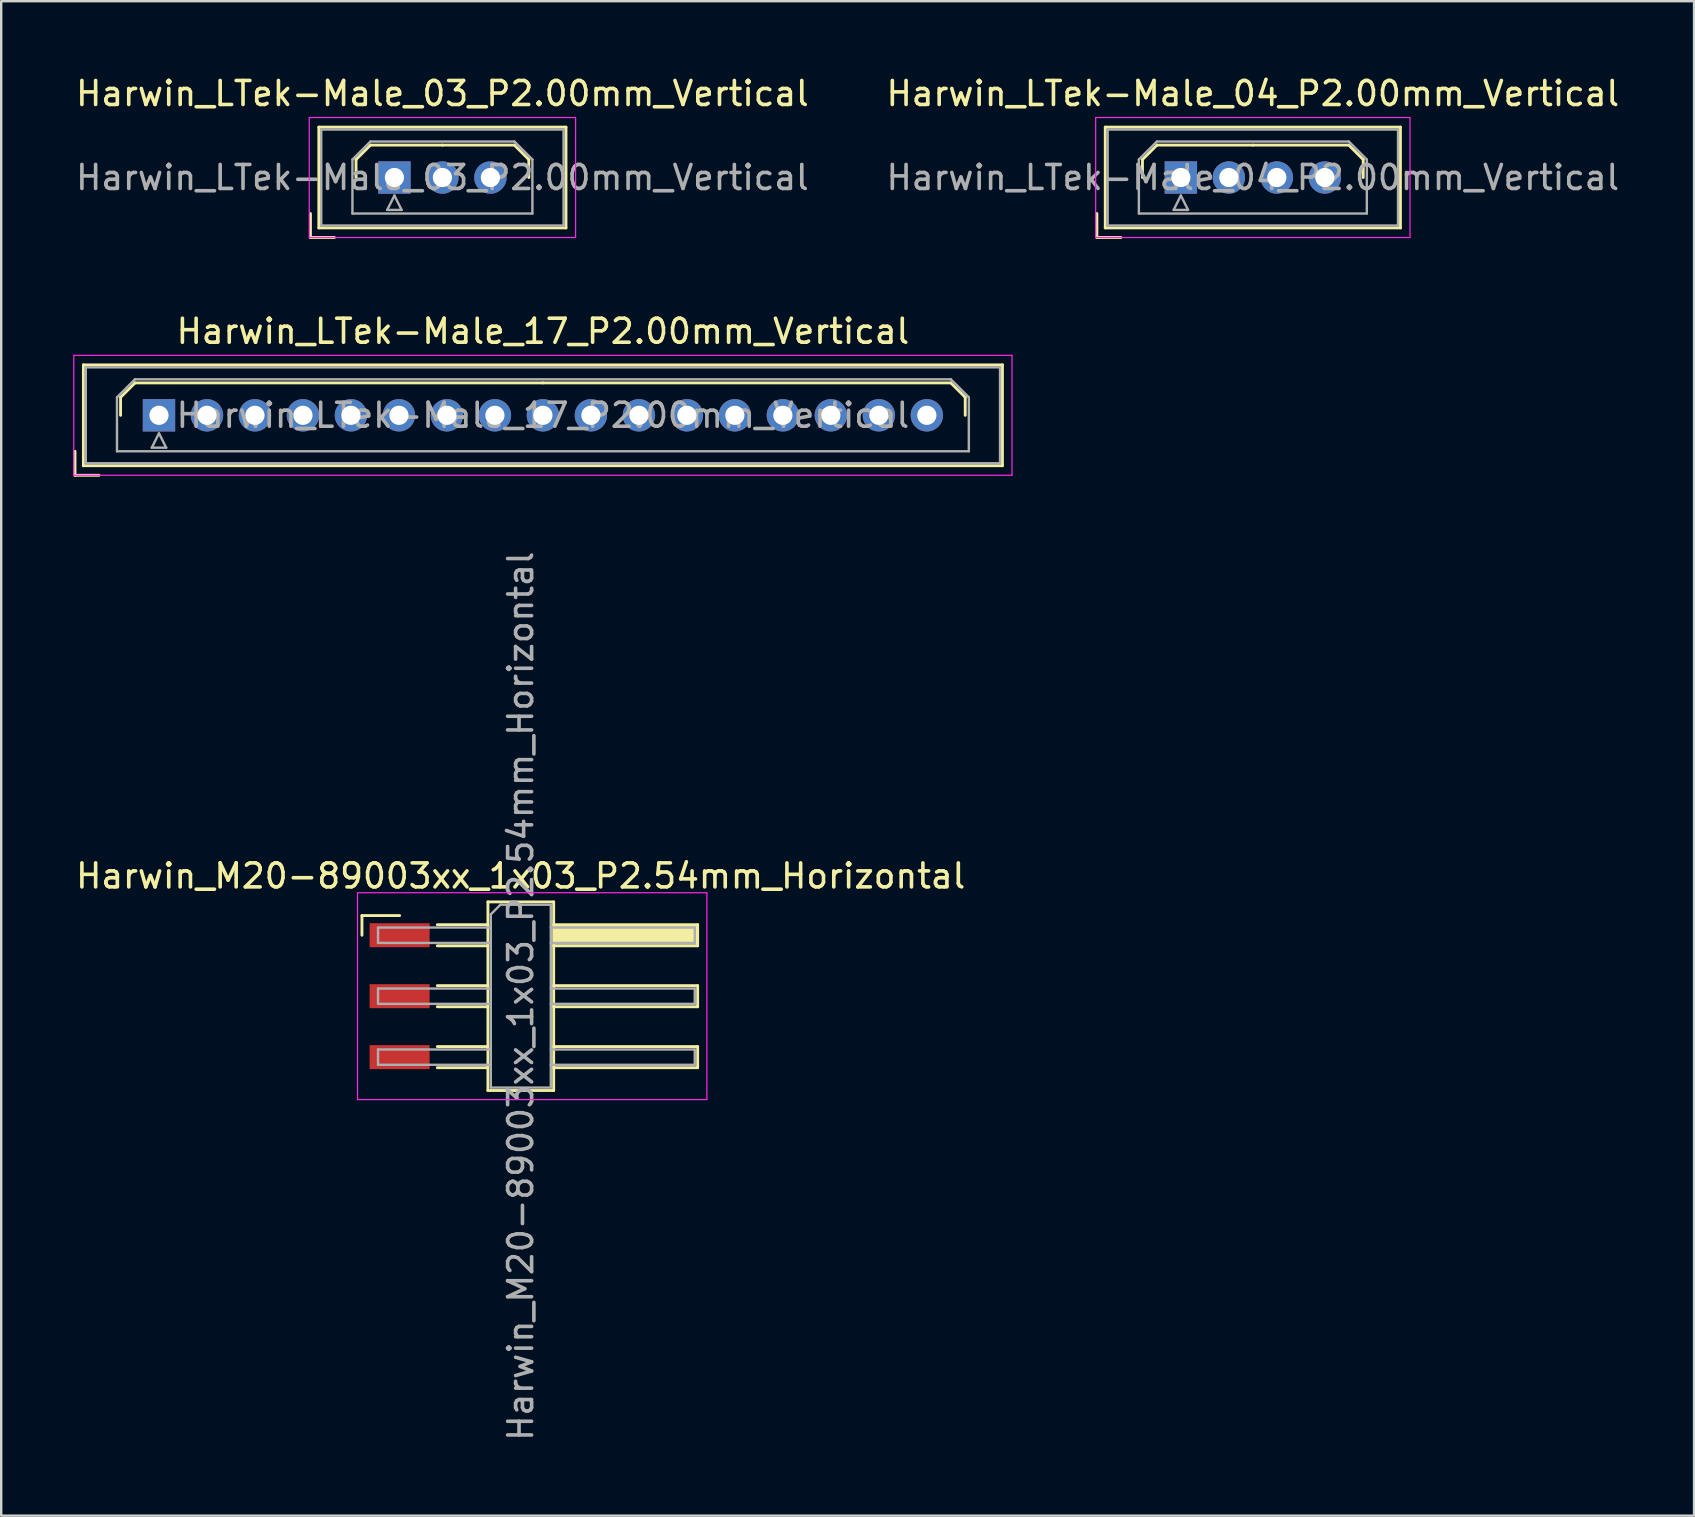
<source format=kicad_pcb>
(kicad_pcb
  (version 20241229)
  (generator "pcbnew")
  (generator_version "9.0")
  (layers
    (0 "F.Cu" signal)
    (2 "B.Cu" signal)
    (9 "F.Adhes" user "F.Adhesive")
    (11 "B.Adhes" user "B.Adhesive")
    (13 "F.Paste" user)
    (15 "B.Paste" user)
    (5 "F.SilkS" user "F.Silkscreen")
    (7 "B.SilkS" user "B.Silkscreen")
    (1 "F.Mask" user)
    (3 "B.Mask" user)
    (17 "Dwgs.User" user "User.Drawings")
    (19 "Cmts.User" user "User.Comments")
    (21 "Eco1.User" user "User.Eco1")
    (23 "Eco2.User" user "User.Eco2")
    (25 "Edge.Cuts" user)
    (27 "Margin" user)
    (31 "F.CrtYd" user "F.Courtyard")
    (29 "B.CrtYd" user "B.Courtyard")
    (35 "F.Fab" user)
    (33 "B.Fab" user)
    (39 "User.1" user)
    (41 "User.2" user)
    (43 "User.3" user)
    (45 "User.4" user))
  (footprint "Harwin_LTek-Male_17_P2.00mm_Vertical"
    (layer "F.Cu")
    (at 3.575 14.257)
    (property "Reference" "Harwin_LTek-Male_17_P2.00mm_Vertical" (at 16 -3.5 0) (layer "F.SilkS") (effects (font (size 1 1) (thickness 0.15))))
    (attr through_hole)
    (fp_line (start -3.5 1.5) (end -3.5 2.5) (stroke (width 0.12) (type solid)) (layer "F.SilkS"))
    (fp_line (start -3.5 2.5) (end -2.5 2.5) (stroke (width 0.12) (type solid)) (layer "F.SilkS"))
    (fp_line (start -3.15 -2.1) (end -3.15 2.1) (stroke (width 0.12) (type solid)) (layer "F.SilkS"))
    (fp_line (start -3.15 2.1) (end 35.15 2.1) (stroke (width 0.12) (type solid)) (layer "F.SilkS"))
    (fp_line (start -1.6 -0.75) (end -1 -1.35) (stroke (width 0.12) (type solid)) (layer "F.SilkS"))
    (fp_line (start -1.6 0) (end -1.6 -0.75) (stroke (width 0.12) (type solid)) (layer "F.SilkS"))
    (fp_line (start -1 -1.35) (end 16 -1.35) (stroke (width 0.12) (type solid)) (layer "F.SilkS"))
    (fp_line (start 33 -1.35) (end 16 -1.35) (stroke (width 0.12) (type solid)) (layer "F.SilkS"))
    (fp_line (start 33.6 -0.75) (end 33 -1.35) (stroke (width 0.12) (type solid)) (layer "F.SilkS"))
    (fp_line (start 33.6 0) (end 33.6 -0.75) (stroke (width 0.12) (type solid)) (layer "F.SilkS"))
    (fp_line (start 35.15 -2.1) (end -3.15 -2.1) (stroke (width 0.12) (type solid)) (layer "F.SilkS"))
    (fp_line (start 35.15 2.1) (end 35.15 -2.1) (stroke (width 0.12) (type solid)) (layer "F.SilkS"))
    (fp_line (start -3.55 -2.5) (end -3.55 2.5) (stroke (width 0.05) (type solid)) (layer "F.CrtYd"))
    (fp_line (start -3.55 2.5) (end 35.55 2.5) (stroke (width 0.05) (type solid)) (layer "F.CrtYd"))
    (fp_line (start 35.55 -2.5) (end -3.55 -2.5) (stroke (width 0.05) (type solid)) (layer "F.CrtYd"))
    (fp_line (start 35.55 2.5) (end 35.55 -2.5) (stroke (width 0.05) (type solid)) (layer "F.CrtYd"))
    (fp_line (start -3.05 -2) (end -3.05 2) (stroke (width 0.1) (type solid)) (layer "F.Fab"))
    (fp_line (start -3.05 2) (end 35.05 2) (stroke (width 0.1) (type solid)) (layer "F.Fab"))
    (fp_line (start -1.75 -0.75) (end -1 -1.5) (stroke (width 0.1) (type solid)) (layer "F.Fab"))
    (fp_line (start -1.75 1.5) (end -1.75 -0.75) (stroke (width 0.1) (type solid)) (layer "F.Fab"))
    (fp_line (start -1 -1.5) (end 33 -1.5) (stroke (width 0.1) (type solid)) (layer "F.Fab"))
    (fp_line (start -0.3 1.35) (end 0.3 1.35) (stroke (width 0.1) (type solid)) (layer "F.Fab"))
    (fp_line (start 0 0.75) (end -0.3 1.35) (stroke (width 0.1) (type solid)) (layer "F.Fab"))
    (fp_line (start 0.3 1.35) (end 0 0.75) (stroke (width 0.1) (type solid)) (layer "F.Fab"))
    (fp_line (start 33 -1.5) (end 33.75 -0.75) (stroke (width 0.1) (type solid)) (layer "F.Fab"))
    (fp_line (start 33.75 -0.75) (end 33.75 1.5) (stroke (width 0.1) (type solid)) (layer "F.Fab"))
    (fp_line (start 33.75 1.5) (end -1.75 1.5) (stroke (width 0.1) (type solid)) (layer "F.Fab"))
    (fp_line (start 35.05 -2) (end -3.05 -2) (stroke (width 0.1) (type solid)) (layer "F.Fab"))
    (fp_line (start 35.05 2) (end 35.05 -2) (stroke (width 0.1) (type solid)) (layer "F.Fab"))
    (fp_text user "${REFERENCE}" (at 16 0 0) (layer "F.Fab") (effects (font (size 1 1) (thickness 0.15))))
    (pad "1" thru_hole rect (at 0 0) (size 1.35 1.35) (drill 0.8) (layers "*.Cu" "*.Mask"))
    (pad "2" thru_hole circle (at 2 0) (size 1.35 1.35) (drill 0.8) (layers "*.Cu" "*.Mask"))
    (pad "3" thru_hole circle (at 4 0) (size 1.35 1.35) (drill 0.8) (layers "*.Cu" "*.Mask"))
    (pad "4" thru_hole circle (at 6 0) (size 1.35 1.35) (drill 0.8) (layers "*.Cu" "*.Mask"))
    (pad "5" thru_hole circle (at 8 0) (size 1.35 1.35) (drill 0.8) (layers "*.Cu" "*.Mask"))
    (pad "6" thru_hole circle (at 10 0) (size 1.35 1.35) (drill 0.8) (layers "*.Cu" "*.Mask"))
    (pad "7" thru_hole circle (at 12 0) (size 1.35 1.35) (drill 0.8) (layers "*.Cu" "*.Mask"))
    (pad "8" thru_hole circle (at 14 0) (size 1.35 1.35) (drill 0.8) (layers "*.Cu" "*.Mask"))
    (pad "9" thru_hole circle (at 16 0) (size 1.35 1.35) (drill 0.8) (layers "*.Cu" "*.Mask"))
    (pad "10" thru_hole circle (at 18 0) (size 1.35 1.35) (drill 0.8) (layers "*.Cu" "*.Mask"))
    (pad "11" thru_hole circle (at 20 0) (size 1.35 1.35) (drill 0.8) (layers "*.Cu" "*.Mask"))
    (pad "12" thru_hole circle (at 22 0) (size 1.35 1.35) (drill 0.8) (layers "*.Cu" "*.Mask"))
    (pad "13" thru_hole circle (at 24 0) (size 1.35 1.35) (drill 0.8) (layers "*.Cu" "*.Mask"))
    (pad "14" thru_hole circle (at 26 0) (size 1.35 1.35) (drill 0.8) (layers "*.Cu" "*.Mask"))
    (pad "15" thru_hole circle (at 28 0) (size 1.35 1.35) (drill 0.8) (layers "*.Cu" "*.Mask"))
    (pad "16" thru_hole circle (at 30 0) (size 1.35 1.35) (drill 0.8) (layers "*.Cu" "*.Mask"))
    (pad "17" thru_hole circle (at 32 0) (size 1.35 1.35) (drill 0.8) (layers "*.Cu" "*.Mask")))
  (footprint "Harwin_LTek-Male_03_P2.00mm_Vertical"
    (layer "F.Cu")
    (at 13.387 4.348)
    (property "Reference" "Harwin_LTek-Male_03_P2.00mm_Vertical" (at 2 -3.5 0) (layer "F.SilkS") (effects (font (size 1 1) (thickness 0.15))))
    (attr through_hole)
    (fp_line (start -3.5 1.5) (end -3.5 2.5) (stroke (width 0.12) (type solid)) (layer "F.SilkS"))
    (fp_line (start -3.5 2.5) (end -2.5 2.5) (stroke (width 0.12) (type solid)) (layer "F.SilkS"))
    (fp_line (start -3.15 -2.1) (end -3.15 2.1) (stroke (width 0.12) (type solid)) (layer "F.SilkS"))
    (fp_line (start -3.15 2.1) (end 7.15 2.1) (stroke (width 0.12) (type solid)) (layer "F.SilkS"))
    (fp_line (start -1.6 -0.75) (end -1 -1.35) (stroke (width 0.12) (type solid)) (layer "F.SilkS"))
    (fp_line (start -1.6 0) (end -1.6 -0.75) (stroke (width 0.12) (type solid)) (layer "F.SilkS"))
    (fp_line (start -1 -1.35) (end 2 -1.35) (stroke (width 0.12) (type solid)) (layer "F.SilkS"))
    (fp_line (start 5 -1.35) (end 2 -1.35) (stroke (width 0.12) (type solid)) (layer "F.SilkS"))
    (fp_line (start 5.6 -0.75) (end 5 -1.35) (stroke (width 0.12) (type solid)) (layer "F.SilkS"))
    (fp_line (start 5.6 0) (end 5.6 -0.75) (stroke (width 0.12) (type solid)) (layer "F.SilkS"))
    (fp_line (start 7.15 -2.1) (end -3.15 -2.1) (stroke (width 0.12) (type solid)) (layer "F.SilkS"))
    (fp_line (start 7.15 2.1) (end 7.15 -2.1) (stroke (width 0.12) (type solid)) (layer "F.SilkS"))
    (fp_line (start -3.55 -2.5) (end -3.55 2.5) (stroke (width 0.05) (type solid)) (layer "F.CrtYd"))
    (fp_line (start -3.55 2.5) (end 7.55 2.5) (stroke (width 0.05) (type solid)) (layer "F.CrtYd"))
    (fp_line (start 7.55 -2.5) (end -3.55 -2.5) (stroke (width 0.05) (type solid)) (layer "F.CrtYd"))
    (fp_line (start 7.55 2.5) (end 7.55 -2.5) (stroke (width 0.05) (type solid)) (layer "F.CrtYd"))
    (fp_line (start -3.05 -2) (end -3.05 2) (stroke (width 0.1) (type solid)) (layer "F.Fab"))
    (fp_line (start -3.05 2) (end 7.05 2) (stroke (width 0.1) (type solid)) (layer "F.Fab"))
    (fp_line (start -1.75 -0.75) (end -1 -1.5) (stroke (width 0.1) (type solid)) (layer "F.Fab"))
    (fp_line (start -1.75 1.5) (end -1.75 -0.75) (stroke (width 0.1) (type solid)) (layer "F.Fab"))
    (fp_line (start -1 -1.5) (end 5 -1.5) (stroke (width 0.1) (type solid)) (layer "F.Fab"))
    (fp_line (start -0.3 1.35) (end 0.3 1.35) (stroke (width 0.1) (type solid)) (layer "F.Fab"))
    (fp_line (start 0 0.75) (end -0.3 1.35) (stroke (width 0.1) (type solid)) (layer "F.Fab"))
    (fp_line (start 0.3 1.35) (end 0 0.75) (stroke (width 0.1) (type solid)) (layer "F.Fab"))
    (fp_line (start 5 -1.5) (end 5.75 -0.75) (stroke (width 0.1) (type solid)) (layer "F.Fab"))
    (fp_line (start 5.75 -0.75) (end 5.75 1.5) (stroke (width 0.1) (type solid)) (layer "F.Fab"))
    (fp_line (start 5.75 1.5) (end -1.75 1.5) (stroke (width 0.1) (type solid)) (layer "F.Fab"))
    (fp_line (start 7.05 -2) (end -3.05 -2) (stroke (width 0.1) (type solid)) (layer "F.Fab"))
    (fp_line (start 7.05 2) (end 7.05 -2) (stroke (width 0.1) (type solid)) (layer "F.Fab"))
    (fp_text user "${REFERENCE}" (at 2 0 0) (layer "F.Fab") (effects (font (size 1 1) (thickness 0.15))))
    (pad "1" thru_hole rect (at 0 0) (size 1.35 1.35) (drill 0.8) (layers "*.Cu" "*.Mask"))
    (pad "2" thru_hole circle (at 2 0) (size 1.35 1.35) (drill 0.8) (layers "*.Cu" "*.Mask"))
    (pad "3" thru_hole circle (at 4 0) (size 1.35 1.35) (drill 0.8) (layers "*.Cu" "*.Mask")))
  (footprint "Harwin_M20-89003xx_1x03_P2.54mm_Horizontal"
    (layer "F.Cu")
    (at 19.129 38.465)
    (property "Reference" "Harwin_M20-89003xx_1x03_P2.54mm_Horizontal" (at -0.48 -5.01 0) (layer "F.SilkS") (effects (font (size 1 1) (thickness 0.15))))
    (attr smd)
    (fp_line (start -7.095 -3.36) (end -5.525 -3.36) (stroke (width 0.12) (type solid)) (layer "F.SilkS"))
    (fp_line (start -7.095 -2.54) (end -7.095 -3.36) (stroke (width 0.12) (type solid)) (layer "F.SilkS"))
    (fp_line (start -3.955 -2.98) (end -1.845 -2.98) (stroke (width 0.12) (type solid)) (layer "F.SilkS"))
    (fp_line (start -3.955 -2.1) (end -1.845 -2.1) (stroke (width 0.12) (type solid)) (layer "F.SilkS"))
    (fp_line (start -3.955 -0.44) (end -1.845 -0.44) (stroke (width 0.12) (type solid)) (layer "F.SilkS"))
    (fp_line (start -3.955 0.44) (end -1.845 0.44) (stroke (width 0.12) (type solid)) (layer "F.SilkS"))
    (fp_line (start -3.955 2.1) (end -1.845 2.1) (stroke (width 0.12) (type solid)) (layer "F.SilkS"))
    (fp_line (start -3.955 2.98) (end -1.845 2.98) (stroke (width 0.12) (type solid)) (layer "F.SilkS"))
    (fp_line (start -1.845 -3.93) (end 0.895 -3.93) (stroke (width 0.12) (type solid)) (layer "F.SilkS"))
    (fp_line (start -1.845 3.93) (end -1.845 -3.93) (stroke (width 0.12) (type solid)) (layer "F.SilkS"))
    (fp_line (start 0.895 -3.93) (end 0.895 3.93) (stroke (width 0.12) (type solid)) (layer "F.SilkS"))
    (fp_line (start 0.895 -2.98) (end 6.895 -2.98) (stroke (width 0.12) (type solid)) (layer "F.SilkS"))
    (fp_line (start 0.895 -0.44) (end 6.895 -0.44) (stroke (width 0.12) (type solid)) (layer "F.SilkS"))
    (fp_line (start 0.895 2.1) (end 6.895 2.1) (stroke (width 0.12) (type solid)) (layer "F.SilkS"))
    (fp_line (start 0.895 3.93) (end -1.845 3.93) (stroke (width 0.12) (type solid)) (layer "F.SilkS"))
    (fp_line (start 6.895 -2.98) (end 6.895 -2.1) (stroke (width 0.12) (type solid)) (layer "F.SilkS"))
    (fp_line (start 6.895 -2.1) (end 0.895 -2.1) (stroke (width 0.12) (type solid)) (layer "F.SilkS"))
    (fp_line (start 6.895 -0.44) (end 6.895 0.44) (stroke (width 0.12) (type solid)) (layer "F.SilkS"))
    (fp_line (start 6.895 0.44) (end 0.895 0.44) (stroke (width 0.12) (type solid)) (layer "F.SilkS"))
    (fp_line (start 6.895 2.1) (end 6.895 2.98) (stroke (width 0.12) (type solid)) (layer "F.SilkS"))
    (fp_line (start 6.895 2.98) (end 0.895 2.98) (stroke (width 0.12) (type solid)) (layer "F.SilkS"))
    (fp_line (start -7.28 -4.31) (end 7.28 -4.31) (stroke (width 0.05) (type solid)) (layer "F.CrtYd"))
    (fp_line (start -7.28 4.31) (end -7.28 -4.31) (stroke (width 0.05) (type solid)) (layer "F.CrtYd"))
    (fp_line (start 7.28 -4.31) (end 7.28 4.31) (stroke (width 0.05) (type solid)) (layer "F.CrtYd"))
    (fp_line (start 7.28 4.31) (end -7.28 4.31) (stroke (width 0.05) (type solid)) (layer "F.CrtYd"))
    (fp_line (start -6.425 -2.86) (end -6.425 -2.22) (stroke (width 0.1) (type solid)) (layer "F.Fab"))
    (fp_line (start -6.425 -2.22) (end -1.725 -2.22) (stroke (width 0.1) (type solid)) (layer "F.Fab"))
    (fp_line (start -6.425 -0.32) (end -6.425 0.32) (stroke (width 0.1) (type solid)) (layer "F.Fab"))
    (fp_line (start -6.425 0.32) (end -1.725 0.32) (stroke (width 0.1) (type solid)) (layer "F.Fab"))
    (fp_line (start -6.425 2.22) (end -6.425 2.86) (stroke (width 0.1) (type solid)) (layer "F.Fab"))
    (fp_line (start -6.425 2.86) (end -1.725 2.86) (stroke (width 0.1) (type solid)) (layer "F.Fab"))
    (fp_line (start -1.725 -3.41) (end -1.325 -3.81) (stroke (width 0.1) (type solid)) (layer "F.Fab"))
    (fp_line (start -1.725 -2.86) (end -6.425 -2.86) (stroke (width 0.1) (type solid)) (layer "F.Fab"))
    (fp_line (start -1.725 -0.32) (end -6.425 -0.32) (stroke (width 0.1) (type solid)) (layer "F.Fab"))
    (fp_line (start -1.725 2.22) (end -6.425 2.22) (stroke (width 0.1) (type solid)) (layer "F.Fab"))
    (fp_line (start -1.725 3.81) (end -1.725 -3.41) (stroke (width 0.1) (type solid)) (layer "F.Fab"))
    (fp_line (start -1.325 -3.81) (end 0.775 -3.81) (stroke (width 0.1) (type solid)) (layer "F.Fab"))
    (fp_line (start 0.775 -3.81) (end 0.775 3.81) (stroke (width 0.1) (type solid)) (layer "F.Fab"))
    (fp_line (start 0.775 -2.86) (end 6.775 -2.86) (stroke (width 0.1) (type solid)) (layer "F.Fab"))
    (fp_line (start 0.775 -0.32) (end 6.775 -0.32) (stroke (width 0.1) (type solid)) (layer "F.Fab"))
    (fp_line (start 0.775 2.22) (end 6.775 2.22) (stroke (width 0.1) (type solid)) (layer "F.Fab"))
    (fp_line (start 0.775 3.81) (end -1.725 3.81) (stroke (width 0.1) (type solid)) (layer "F.Fab"))
    (fp_line (start 6.775 -2.86) (end 6.775 -2.22) (stroke (width 0.1) (type solid)) (layer "F.Fab"))
    (fp_line (start 6.775 -2.22) (end 0.775 -2.22) (stroke (width 0.1) (type solid)) (layer "F.Fab"))
    (fp_line (start 6.775 -0.32) (end 6.775 0.32) (stroke (width 0.1) (type solid)) (layer "F.Fab"))
    (fp_line (start 6.775 0.32) (end 0.775 0.32) (stroke (width 0.1) (type solid)) (layer "F.Fab"))
    (fp_line (start 6.775 2.22) (end 6.775 2.86) (stroke (width 0.1) (type solid)) (layer "F.Fab"))
    (fp_line (start 6.775 2.86) (end 0.775 2.86) (stroke (width 0.1) (type solid)) (layer "F.Fab"))
    (fp_text user "${REFERENCE}" (at -0.48 0 90) (layer "F.Fab") (effects (font (size 1 1) (thickness 0.15))))
    (pad "" smd rect (at 3.895 -2.54) (size 6 0.76) (layers "F.SilkS"))
    (pad "1" smd rect (at -5.525 -2.54) (size 2.5 1) (layers "F.Cu" "F.Mask" "F.Paste"))
    (pad "2" smd rect (at -5.525 0) (size 2.5 1) (layers "F.Cu" "F.Mask" "F.Paste"))
    (pad "3" smd rect (at -5.525 2.54) (size 2.5 1) (layers "F.Cu" "F.Mask" "F.Paste")))
  (footprint "Harwin_LTek-Male_04_P2.00mm_Vertical"
    (layer "F.Cu")
    (at 46.161 4.348)
    (property "Reference" "Harwin_LTek-Male_04_P2.00mm_Vertical" (at 3 -3.5 0) (layer "F.SilkS") (effects (font (size 1 1) (thickness 0.15))))
    (attr through_hole)
    (fp_line (start -3.5 1.5) (end -3.5 2.5) (stroke (width 0.12) (type solid)) (layer "F.SilkS"))
    (fp_line (start -3.5 2.5) (end -2.5 2.5) (stroke (width 0.12) (type solid)) (layer "F.SilkS"))
    (fp_line (start -3.15 -2.1) (end -3.15 2.1) (stroke (width 0.12) (type solid)) (layer "F.SilkS"))
    (fp_line (start -3.15 2.1) (end 9.15 2.1) (stroke (width 0.12) (type solid)) (layer "F.SilkS"))
    (fp_line (start -1.6 -0.75) (end -1 -1.35) (stroke (width 0.12) (type solid)) (layer "F.SilkS"))
    (fp_line (start -1.6 0) (end -1.6 -0.75) (stroke (width 0.12) (type solid)) (layer "F.SilkS"))
    (fp_line (start -1 -1.35) (end 3 -1.35) (stroke (width 0.12) (type solid)) (layer "F.SilkS"))
    (fp_line (start 7 -1.35) (end 3 -1.35) (stroke (width 0.12) (type solid)) (layer "F.SilkS"))
    (fp_line (start 7.6 -0.75) (end 7 -1.35) (stroke (width 0.12) (type solid)) (layer "F.SilkS"))
    (fp_line (start 7.6 0) (end 7.6 -0.75) (stroke (width 0.12) (type solid)) (layer "F.SilkS"))
    (fp_line (start 9.15 -2.1) (end -3.15 -2.1) (stroke (width 0.12) (type solid)) (layer "F.SilkS"))
    (fp_line (start 9.15 2.1) (end 9.15 -2.1) (stroke (width 0.12) (type solid)) (layer "F.SilkS"))
    (fp_line (start -3.55 -2.5) (end -3.55 2.5) (stroke (width 0.05) (type solid)) (layer "F.CrtYd"))
    (fp_line (start -3.55 2.5) (end 9.55 2.5) (stroke (width 0.05) (type solid)) (layer "F.CrtYd"))
    (fp_line (start 9.55 -2.5) (end -3.55 -2.5) (stroke (width 0.05) (type solid)) (layer "F.CrtYd"))
    (fp_line (start 9.55 2.5) (end 9.55 -2.5) (stroke (width 0.05) (type solid)) (layer "F.CrtYd"))
    (fp_line (start -3.05 -2) (end -3.05 2) (stroke (width 0.1) (type solid)) (layer "F.Fab"))
    (fp_line (start -3.05 2) (end 9.05 2) (stroke (width 0.1) (type solid)) (layer "F.Fab"))
    (fp_line (start -1.75 -0.75) (end -1 -1.5) (stroke (width 0.1) (type solid)) (layer "F.Fab"))
    (fp_line (start -1.75 1.5) (end -1.75 -0.75) (stroke (width 0.1) (type solid)) (layer "F.Fab"))
    (fp_line (start -1 -1.5) (end 7 -1.5) (stroke (width 0.1) (type solid)) (layer "F.Fab"))
    (fp_line (start -0.3 1.35) (end 0.3 1.35) (stroke (width 0.1) (type solid)) (layer "F.Fab"))
    (fp_line (start 0 0.75) (end -0.3 1.35) (stroke (width 0.1) (type solid)) (layer "F.Fab"))
    (fp_line (start 0.3 1.35) (end 0 0.75) (stroke (width 0.1) (type solid)) (layer "F.Fab"))
    (fp_line (start 7 -1.5) (end 7.75 -0.75) (stroke (width 0.1) (type solid)) (layer "F.Fab"))
    (fp_line (start 7.75 -0.75) (end 7.75 1.5) (stroke (width 0.1) (type solid)) (layer "F.Fab"))
    (fp_line (start 7.75 1.5) (end -1.75 1.5) (stroke (width 0.1) (type solid)) (layer "F.Fab"))
    (fp_line (start 9.05 -2) (end -3.05 -2) (stroke (width 0.1) (type solid)) (layer "F.Fab"))
    (fp_line (start 9.05 2) (end 9.05 -2) (stroke (width 0.1) (type solid)) (layer "F.Fab"))
    (fp_text user "${REFERENCE}" (at 3 0 0) (layer "F.Fab") (effects (font (size 1 1) (thickness 0.15))))
    (pad "1" thru_hole rect (at 0 0) (size 1.35 1.35) (drill 0.8) (layers "*.Cu" "*.Mask"))
    (pad "2" thru_hole circle (at 2 0) (size 1.35 1.35) (drill 0.8) (layers "*.Cu" "*.Mask"))
    (pad "3" thru_hole circle (at 4 0) (size 1.35 1.35) (drill 0.8) (layers "*.Cu" "*.Mask"))
    (pad "4" thru_hole circle (at 6 0) (size 1.35 1.35) (drill 0.8) (layers "*.Cu" "*.Mask")))
  (gr_rect
    (start -3 -3)
    (end 67.548 60.114)
    (stroke (width 0.1) (type default))
    (fill no)
    (layer "Edge.Cuts")))
</source>
